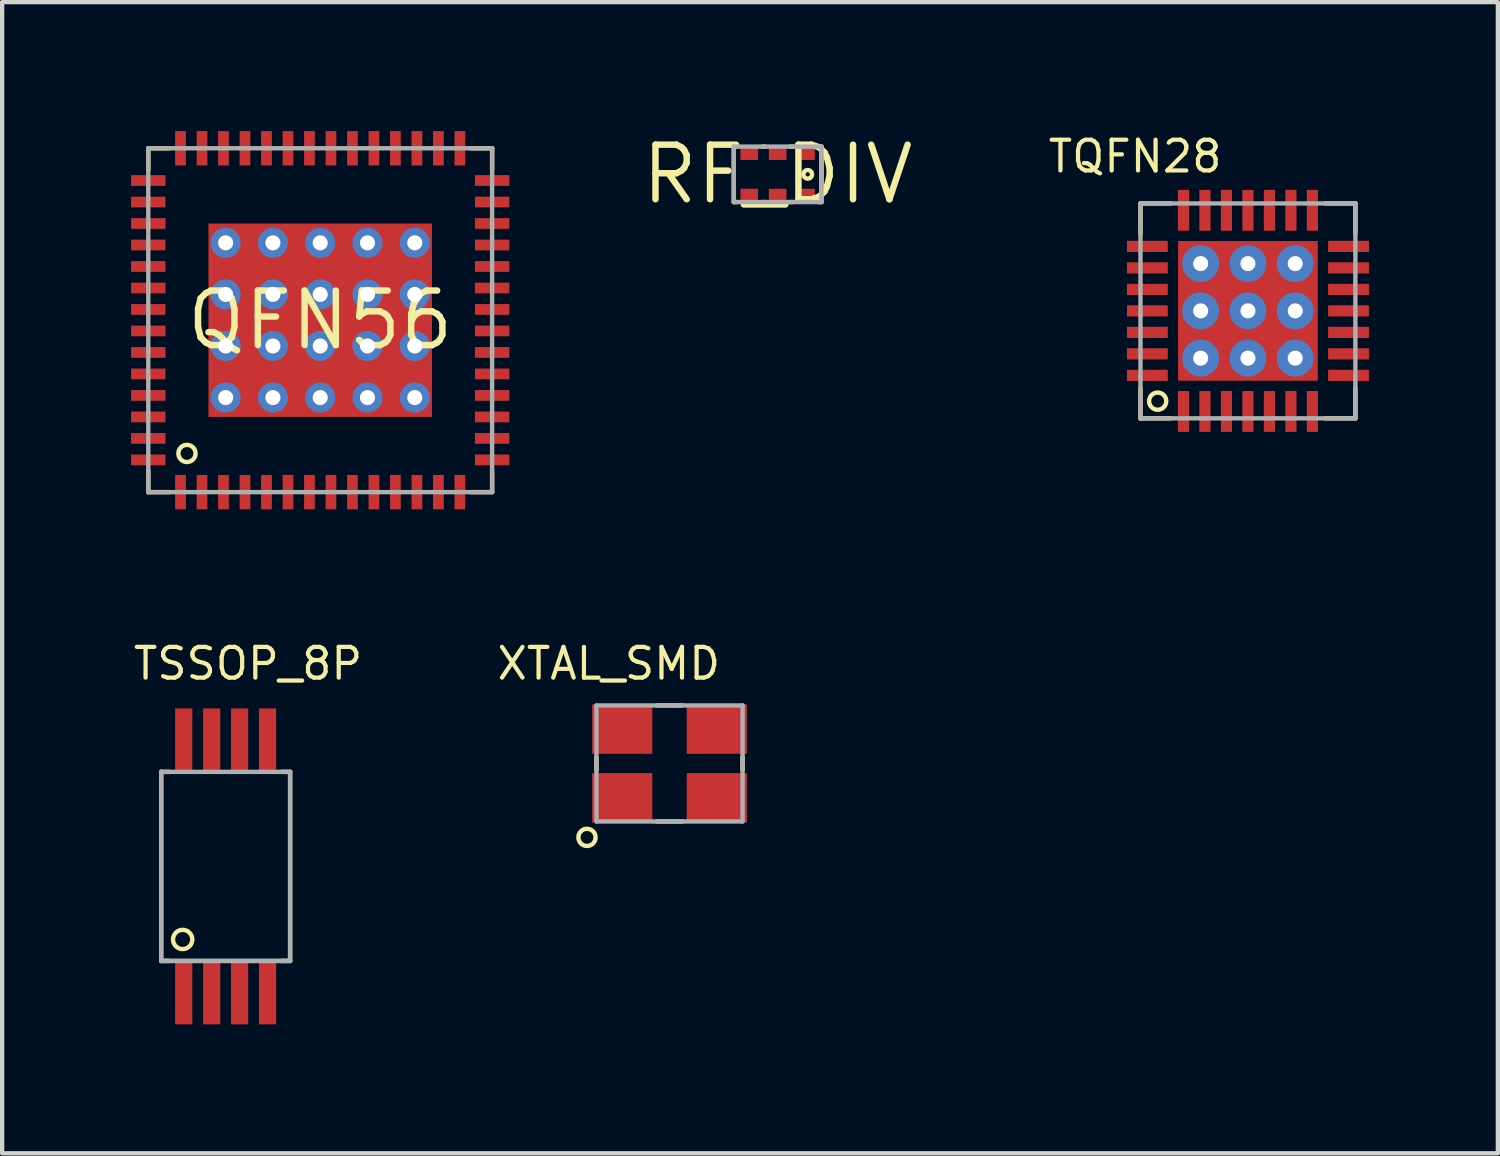
<source format=kicad_pcb>
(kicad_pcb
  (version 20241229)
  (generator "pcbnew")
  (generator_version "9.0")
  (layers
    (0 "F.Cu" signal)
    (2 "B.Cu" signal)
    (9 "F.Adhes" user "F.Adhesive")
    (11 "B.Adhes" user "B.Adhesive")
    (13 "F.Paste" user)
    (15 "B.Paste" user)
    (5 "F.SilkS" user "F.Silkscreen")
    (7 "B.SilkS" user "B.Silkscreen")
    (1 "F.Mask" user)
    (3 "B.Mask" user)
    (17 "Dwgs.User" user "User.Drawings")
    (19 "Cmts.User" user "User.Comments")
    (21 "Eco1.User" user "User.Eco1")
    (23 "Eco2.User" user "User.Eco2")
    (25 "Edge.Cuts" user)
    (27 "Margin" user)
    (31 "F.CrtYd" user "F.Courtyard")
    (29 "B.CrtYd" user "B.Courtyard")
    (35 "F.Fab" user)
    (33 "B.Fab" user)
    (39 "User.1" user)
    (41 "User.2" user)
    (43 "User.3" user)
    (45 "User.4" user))
  (footprint "XTAL_SMD"
    (layer "F.Cu")
    (at 12.527 14.713)
    (property "Reference" "XTAL_SMD" (at -4.064 -1.905 0) (layer "F.SilkS") (effects (font (size 0.715 0.715) (thickness 0.098)) (justify left bottom)))
    (fp_line (start -1.7 0.15) (end -1.7 -0.15) (stroke (width 0.102) (type solid)) (layer "F.SilkS"))
    (fp_line (start -0.3 -1.35) (end 0.3 -1.35) (stroke (width 0.102) (type solid)) (layer "F.SilkS"))
    (fp_line (start -0.3 1.35) (end 0.3 1.35) (stroke (width 0.102) (type solid)) (layer "F.SilkS"))
    (fp_line (start 1.7 0.15) (end 1.7 -0.15) (stroke (width 0.102) (type solid)) (layer "F.SilkS"))
    (fp_circle (center -1.92 1.72) (end -1.72 1.72) (stroke (width 0.102) (type solid)) (fill no) (layer "F.SilkS"))
    (fp_line (start -1.7 -1.35) (end -1.7 1.35) (stroke (width 0.102) (type solid)) (layer "F.Fab"))
    (fp_line (start -1.7 1.35) (end 1.7 1.35) (stroke (width 0.102) (type solid)) (layer "F.Fab"))
    (fp_line (start 1.7 -1.35) (end -1.7 -1.35) (stroke (width 0.102) (type solid)) (layer "F.Fab"))
    (fp_line (start 1.7 1.35) (end 1.7 -1.35) (stroke (width 0.102) (type solid)) (layer "F.Fab"))
    (pad "P1" smd rect (at -1.1 0.8 90) (size 1.15 1.4) (layers "F.Cu" "F.Mask" "F.Paste"))
    (pad "P2" smd rect (at 1.1 0.8 90) (size 1.15 1.4) (layers "F.Cu" "F.Mask" "F.Paste"))
    (pad "P3" smd rect (at 1.1 -0.8 90) (size 1.15 1.4) (layers "F.Cu" "F.Mask" "F.Paste"))
    (pad "P4" smd rect (at -1.1 -0.8 90) (size 1.15 1.4) (layers "F.Cu" "F.Mask" "F.Paste")))
  (footprint "RF_DIV"
    (layer "F.Cu")
    (at 15.043 1.006)
    (property "Reference" "RF_DIV" (at 0 0 0) (layer "F.SilkS") (effects (font (size 1.27 1.27) (thickness 0.15))))
    (fp_line (start -1.02 -0.645) (end -1.02 0.645) (stroke (width 0.102) (type solid)) (layer "F.SilkS"))
    (fp_line (start -1.02 -0.645) (end -0.95 -0.645) (stroke (width 0.102) (type solid)) (layer "F.SilkS"))
    (fp_line (start -1.02 0.645) (end -0.95 0.645) (stroke (width 0.102) (type solid)) (layer "F.SilkS"))
    (fp_line (start -0.36 -0.645) (end -0.29 -0.645) (stroke (width 0.102) (type solid)) (layer "F.SilkS"))
    (fp_line (start -0.29 0.645) (end -0.36 0.645) (stroke (width 0.102) (type solid)) (layer "F.SilkS"))
    (fp_line (start 0.29 -0.645) (end 0.36 -0.645) (stroke (width 0.102) (type solid)) (layer "F.SilkS"))
    (fp_line (start 0.36 0.645) (end 0.29 0.645) (stroke (width 0.102) (type solid)) (layer "F.SilkS"))
    (fp_line (start 1.02 -0.645) (end 0.95 -0.645) (stroke (width 0.102) (type solid)) (layer "F.SilkS"))
    (fp_line (start 1.02 0.645) (end 0.95 0.645) (stroke (width 0.102) (type solid)) (layer "F.SilkS"))
    (fp_line (start 1.02 0.645) (end 1.02 -0.645) (stroke (width 0.102) (type solid)) (layer "F.SilkS"))
    (fp_circle (center 0.7 0) (end 0.8 0) (stroke (width 0.102) (type solid)) (fill no) (layer "F.SilkS"))
    (fp_line (start -1.02 -0.645) (end -1.02 0.645) (stroke (width 0.102) (type solid)) (layer "F.Fab"))
    (fp_line (start -1.02 0.645) (end 1.02 0.645) (stroke (width 0.102) (type solid)) (layer "F.Fab"))
    (fp_line (start 1.02 -0.645) (end -1.02 -0.645) (stroke (width 0.102) (type solid)) (layer "F.Fab"))
    (fp_line (start 1.02 0.645) (end 1.02 -0.645) (stroke (width 0.102) (type solid)) (layer "F.Fab"))
    (pad "1" smd rect (at 0.66 -0.5) (size 0.41 0.33) (layers "F.Cu" "F.Mask" "F.Paste"))
    (pad "2" smd rect (at 0 -0.5) (size 0.41 0.33) (layers "F.Cu" "F.Mask" "F.Paste"))
    (pad "3" smd rect (at -0.66 -0.5) (size 0.41 0.33) (layers "F.Cu" "F.Mask" "F.Paste"))
    (pad "4" smd rect (at -0.66 0.5) (size 0.41 0.33) (layers "F.Cu" "F.Mask" "F.Paste"))
    (pad "5" smd rect (at 0 0.5) (size 0.41 0.33) (layers "F.Cu" "F.Mask" "F.Paste"))
    (pad "6" smd rect (at 0.66 0.5) (size 0.41 0.33) (layers "F.Cu" "F.Mask" "F.Paste")))
  (footprint "TSSOP_8P"
    (layer "F.Cu")
    (at 2.2 17.108)
    (property "Reference" "TSSOP_8P" (at -2.2 -4.3 0) (layer "F.SilkS") (effects (font (size 0.715 0.715) (thickness 0.098)) (justify left bottom)))
    (fp_line (start -1.5 -2.2) (end -1.3 -2.2) (stroke (width 0.102) (type solid)) (layer "F.SilkS"))
    (fp_line (start -1.5 2.2) (end -1.5 -2.2) (stroke (width 0.102) (type solid)) (layer "F.SilkS"))
    (fp_line (start -1.5 2.2) (end -1.3 2.2) (stroke (width 0.102) (type solid)) (layer "F.SilkS"))
    (fp_line (start 1.5 -2.2) (end 1.3 -2.2) (stroke (width 0.102) (type solid)) (layer "F.SilkS"))
    (fp_line (start 1.5 -2.2) (end 1.5 2.2) (stroke (width 0.102) (type solid)) (layer "F.SilkS"))
    (fp_line (start 1.5 2.2) (end 1.3 2.2) (stroke (width 0.102) (type solid)) (layer "F.SilkS"))
    (fp_circle (center -1 1.7) (end -0.776 1.7) (stroke (width 0.102) (type solid)) (fill no) (layer "F.SilkS"))
    (fp_line (start -1.5 -2.2) (end -1.5 2.2) (stroke (width 0.102) (type solid)) (layer "F.Fab"))
    (fp_line (start -1.5 -2.2) (end 1.5 -2.2) (stroke (width 0.102) (type solid)) (layer "F.Fab"))
    (fp_line (start -1.5 2.2) (end 1.5 2.2) (stroke (width 0.102) (type solid)) (layer "F.Fab"))
    (fp_line (start -1.5 2.2) (end 1.5 2.2) (stroke (width 0.102) (type solid)) (layer "F.Fab"))
    (fp_line (start 1.5 2.2) (end 1.5 -2.2) (stroke (width 0.102) (type solid)) (layer "F.Fab"))
    (pad "1" smd rect (at -0.975 2.95 90) (size 1.45 0.4) (layers "F.Cu" "F.Mask" "F.Paste"))
    (pad "2" smd rect (at -0.325 2.95 90) (size 1.45 0.4) (layers "F.Cu" "F.Mask" "F.Paste"))
    (pad "3" smd rect (at 0.325 2.95 90) (size 1.45 0.4) (layers "F.Cu" "F.Mask" "F.Paste"))
    (pad "4" smd rect (at 0.975 2.95 90) (size 1.45 0.4) (layers "F.Cu" "F.Mask" "F.Paste"))
    (pad "5" smd rect (at 0.975 -2.95 90) (size 1.45 0.4) (layers "F.Cu" "F.Mask" "F.Paste"))
    (pad "6" smd rect (at 0.325 -2.95 90) (size 1.45 0.4) (layers "F.Cu" "F.Mask" "F.Paste"))
    (pad "7" smd rect (at -0.325 -2.95 90) (size 1.45 0.4) (layers "F.Cu" "F.Mask" "F.Paste"))
    (pad "8" smd rect (at -0.975 -2.95 90) (size 1.45 0.4) (layers "F.Cu" "F.Mask" "F.Paste")))
  (footprint "TQFN28"
    (layer "F.Cu")
    (at 25.985 4.183)
    (property "Reference" "TQFN28" (at -4.699 -3.175 0) (layer "F.SilkS") (effects (font (size 0.715 0.715) (thickness 0.098)) (justify left bottom)))
    (fp_line (start -2.5 -2.5) (end -2.5 -1.8) (stroke (width 0.102) (type solid)) (layer "F.SilkS"))
    (fp_line (start -2.5 1.8) (end -2.5 2.5) (stroke (width 0.102) (type solid)) (layer "F.SilkS"))
    (fp_line (start -1.8 -2.5) (end -2.5 -2.5) (stroke (width 0.102) (type solid)) (layer "F.SilkS"))
    (fp_line (start -1.8 2.5) (end -2.5 2.5) (stroke (width 0.102) (type solid)) (layer "F.SilkS"))
    (fp_line (start 1.8 -2.5) (end 2.5 -2.5) (stroke (width 0.102) (type solid)) (layer "F.SilkS"))
    (fp_line (start 1.8 2.5) (end 2.5 2.5) (stroke (width 0.102) (type solid)) (layer "F.SilkS"))
    (fp_line (start 2.5 -1.8) (end 2.5 -2.5) (stroke (width 0.102) (type solid)) (layer "F.SilkS"))
    (fp_line (start 2.5 1.8) (end 2.5 2.5) (stroke (width 0.102) (type solid)) (layer "F.SilkS"))
    (fp_circle (center -2.1 2.1) (end -1.9 2.1) (stroke (width 0.102) (type solid)) (fill no) (layer "F.SilkS"))
    (fp_line (start -2.5 -2.5) (end -2.5 2.5) (stroke (width 0.102) (type solid)) (layer "F.Fab"))
    (fp_line (start -2.5 2.5) (end 2.5 2.5) (stroke (width 0.102) (type solid)) (layer "F.Fab"))
    (fp_line (start 2.5 -2.5) (end -2.5 -2.5) (stroke (width 0.102) (type solid)) (layer "F.Fab"))
    (fp_line (start 2.5 2.5) (end 2.5 -2.5) (stroke (width 0.102) (type solid)) (layer "F.Fab"))
    (pad "1" smd rect (at -1.5 2.34 90) (size 0.95 0.26) (layers "F.Cu" "F.Mask" "F.Paste"))
    (pad "2" smd rect (at -1 2.34 90) (size 0.95 0.26) (layers "F.Cu" "F.Mask" "F.Paste"))
    (pad "3" smd rect (at -0.5 2.34 90) (size 0.95 0.26) (layers "F.Cu" "F.Mask" "F.Paste"))
    (pad "4" smd rect (at 0 2.34 90) (size 0.95 0.26) (layers "F.Cu" "F.Mask" "F.Paste"))
    (pad "5" smd rect (at 0.5 2.34 90) (size 0.95 0.26) (layers "F.Cu" "F.Mask" "F.Paste"))
    (pad "6" smd rect (at 1 2.34 90) (size 0.95 0.26) (layers "F.Cu" "F.Mask" "F.Paste"))
    (pad "7" smd rect (at 1.5 2.34 90) (size 0.95 0.26) (layers "F.Cu" "F.Mask" "F.Paste"))
    (pad "8" smd rect (at 2.34 1.5) (size 0.95 0.26) (layers "F.Cu" "F.Mask" "F.Paste"))
    (pad "9" smd rect (at 2.34 1) (size 0.95 0.26) (layers "F.Cu" "F.Mask" "F.Paste"))
    (pad "10" smd rect (at 2.34 0.5) (size 0.95 0.26) (layers "F.Cu" "F.Mask" "F.Paste"))
    (pad "11" smd rect (at 2.34 0) (size 0.95 0.26) (layers "F.Cu" "F.Mask" "F.Paste"))
    (pad "12" smd rect (at 2.34 -0.5) (size 0.95 0.26) (layers "F.Cu" "F.Mask" "F.Paste"))
    (pad "13" smd rect (at 2.34 -1) (size 0.95 0.26) (layers "F.Cu" "F.Mask" "F.Paste"))
    (pad "14" smd rect (at 2.34 -1.5) (size 0.95 0.26) (layers "F.Cu" "F.Mask" "F.Paste"))
    (pad "15" smd rect (at 1.5 -2.34 90) (size 0.95 0.26) (layers "F.Cu" "F.Mask" "F.Paste"))
    (pad "16" smd rect (at 1 -2.34 90) (size 0.95 0.26) (layers "F.Cu" "F.Mask" "F.Paste"))
    (pad "17" smd rect (at 0.5 -2.34 90) (size 0.95 0.26) (layers "F.Cu" "F.Mask" "F.Paste"))
    (pad "18" smd rect (at 0 -2.34 90) (size 0.95 0.26) (layers "F.Cu" "F.Mask" "F.Paste"))
    (pad "19" smd rect (at -0.5 -2.34 90) (size 0.95 0.26) (layers "F.Cu" "F.Mask" "F.Paste"))
    (pad "20" smd rect (at -1 -2.34 90) (size 0.95 0.26) (layers "F.Cu" "F.Mask" "F.Paste"))
    (pad "21" smd rect (at -1.5 -2.34 90) (size 0.95 0.26) (layers "F.Cu" "F.Mask" "F.Paste"))
    (pad "22" smd rect (at -2.34 -1.5) (size 0.95 0.26) (layers "F.Cu" "F.Mask" "F.Paste"))
    (pad "23" smd rect (at -2.34 -1) (size 0.95 0.26) (layers "F.Cu" "F.Mask" "F.Paste"))
    (pad "24" smd rect (at -2.34 -0.5) (size 0.95 0.26) (layers "F.Cu" "F.Mask" "F.Paste"))
    (pad "25" smd rect (at -2.34 0) (size 0.95 0.26) (layers "F.Cu" "F.Mask" "F.Paste"))
    (pad "26" smd rect (at -2.34 0.5) (size 0.95 0.26) (layers "F.Cu" "F.Mask" "F.Paste"))
    (pad "27" smd rect (at -2.34 1) (size 0.95 0.26) (layers "F.Cu" "F.Mask" "F.Paste"))
    (pad "28" smd rect (at -2.34 1.5) (size 0.95 0.26) (layers "F.Cu" "F.Mask" "F.Paste"))
    (pad "C1" smd rect (at -0.85 0.85) (size 1.4 1.4) (layers "F.Cu" "F.Paste"))
    (pad "C2" smd rect (at 0.85 0.85) (size 1.4 1.4) (layers "F.Cu" "F.Paste"))
    (pad "C3" smd rect (at -0.85 -0.85 180) (size 1.4 1.4) (layers "F.Cu" "F.Paste"))
    (pad "C4" smd rect (at 0.85 -0.85 180) (size 1.4 1.4) (layers "F.Cu" "F.Paste"))
    (pad "EP" smd rect (at 0 0) (size 3.25 3.25) (layers "F.Cu" "F.Mask"))
    (pad "V1" thru_hole circle (at -1.1 1.1) (size 0.858 0.858) (drill 0.35) (layers "*.Cu"))
    (pad "V2" thru_hole circle (at 0 1.1) (size 0.858 0.858) (drill 0.35) (layers "*.Cu"))
    (pad "V3" thru_hole circle (at 1.1 1.1) (size 0.858 0.858) (drill 0.35) (layers "*.Cu"))
    (pad "V4" thru_hole circle (at -1.1 0) (size 0.858 0.858) (drill 0.35) (layers "*.Cu"))
    (pad "V5" thru_hole circle (at 0 0) (size 0.858 0.858) (drill 0.35) (layers "*.Cu"))
    (pad "V6" thru_hole circle (at 1.1 0) (size 0.858 0.858) (drill 0.35) (layers "*.Cu"))
    (pad "V7" thru_hole circle (at -1.1 -1.1) (size 0.858 0.858) (drill 0.35) (layers "*.Cu"))
    (pad "V8" thru_hole circle (at 0 -1.1) (size 0.858 0.858) (drill 0.35) (layers "*.Cu"))
    (pad "V9" thru_hole circle (at 1.1 -1.1) (size 0.858 0.858) (drill 0.35) (layers "*.Cu")))
  (footprint "QFN56"
    (layer "F.Cu")
    (at 4.4 4.4)
    (property "Reference" "QFN56" (at 0 0 0) (layer "F.SilkS") (effects (font (size 1.27 1.27) (thickness 0.15))))
    (fp_line (start -4 -4) (end -4 -3.5) (stroke (width 0.102) (type solid)) (layer "F.SilkS"))
    (fp_line (start -4 3.5) (end -4 4) (stroke (width 0.102) (type solid)) (layer "F.SilkS"))
    (fp_line (start -3.5 -4) (end -4 -4) (stroke (width 0.102) (type solid)) (layer "F.SilkS"))
    (fp_line (start -3.5 4) (end -4 4) (stroke (width 0.102) (type solid)) (layer "F.SilkS"))
    (fp_line (start 3.5 -4) (end 4 -4) (stroke (width 0.102) (type solid)) (layer "F.SilkS"))
    (fp_line (start 3.5 4) (end 4 4) (stroke (width 0.102) (type solid)) (layer "F.SilkS"))
    (fp_line (start 4 -3.5) (end 4 -4) (stroke (width 0.102) (type solid)) (layer "F.SilkS"))
    (fp_line (start 4 3.5) (end 4 4) (stroke (width 0.102) (type solid)) (layer "F.SilkS"))
    (fp_circle (center -3.1 3.1) (end -2.9 3.1) (stroke (width 0.102) (type solid)) (fill no) (layer "F.SilkS"))
    (fp_line (start -4 -4) (end -4 4) (stroke (width 0.102) (type solid)) (layer "F.Fab"))
    (fp_line (start -4 4) (end 4 4) (stroke (width 0.102) (type solid)) (layer "F.Fab"))
    (fp_line (start 4 -4) (end -4 -4) (stroke (width 0.102) (type solid)) (layer "F.Fab"))
    (fp_line (start 4 4) (end 4 -4) (stroke (width 0.102) (type solid)) (layer "F.Fab"))
    (pad "EP1" smd rect (at 0 0) (size 5.2 4.5) (layers "F.Cu" "F.Mask"))
    (pad "EP2" smd rect (at -1.35 -1.175) (size 2.4 2.05) (layers "F.Cu" "F.Paste"))
    (pad "EP3" smd rect (at 1.35 -1.175) (size 2.4 2.05) (layers "F.Cu" "F.Paste"))
    (pad "EP4" smd rect (at -1.35 1.175) (size 2.4 2.05) (layers "F.Cu" "F.Paste"))
    (pad "EP5" smd rect (at 1.35 1.175) (size 2.4 2.05) (layers "F.Cu" "F.Paste"))
    (pad "P$1" thru_hole circle (at -1.1 -1.8) (size 0.7 0.7) (drill 0.35) (layers "*.Cu"))
    (pad "P$2" thru_hole circle (at 1.1 -1.8) (size 0.7 0.7) (drill 0.35) (layers "*.Cu"))
    (pad "P$3" thru_hole circle (at 0 -1.8) (size 0.7 0.7) (drill 0.35) (layers "*.Cu"))
    (pad "P$4" thru_hole circle (at -2.2 -1.8) (size 0.7 0.7) (drill 0.35) (layers "*.Cu"))
    (pad "P$5" thru_hole circle (at 2.2 -1.8) (size 0.7 0.7) (drill 0.35) (layers "*.Cu"))
    (pad "P$6" thru_hole circle (at -2.2 -0.6) (size 0.7 0.7) (drill 0.35) (layers "*.Cu"))
    (pad "P$7" thru_hole circle (at -1.1 -0.6) (size 0.7 0.7) (drill 0.35) (layers "*.Cu"))
    (pad "P$8" thru_hole circle (at 0 -0.6) (size 0.7 0.7) (drill 0.35) (layers "*.Cu"))
    (pad "P$9" thru_hole circle (at 1.1 -0.6) (size 0.7 0.7) (drill 0.35) (layers "*.Cu"))
    (pad "P$10" thru_hole circle (at 2.2 -0.6) (size 0.7 0.7) (drill 0.35) (layers "*.Cu"))
    (pad "P$11" thru_hole circle (at -2.2 0.6) (size 0.7 0.7) (drill 0.35) (layers "*.Cu"))
    (pad "P$12" thru_hole circle (at -1.1 0.6) (size 0.7 0.7) (drill 0.35) (layers "*.Cu"))
    (pad "P$13" thru_hole circle (at 0 0.6) (size 0.7 0.7) (drill 0.35) (layers "*.Cu"))
    (pad "P$14" thru_hole circle (at 1.1 0.6) (size 0.7 0.7) (drill 0.35) (layers "*.Cu"))
    (pad "P$15" thru_hole circle (at 2.2 0.6) (size 0.7 0.7) (drill 0.35) (layers "*.Cu"))
    (pad "P$16" thru_hole circle (at -2.2 1.8) (size 0.7 0.7) (drill 0.35) (layers "*.Cu"))
    (pad "P$17" thru_hole circle (at -1.1 1.8) (size 0.7 0.7) (drill 0.35) (layers "*.Cu"))
    (pad "P$18" thru_hole circle (at 0 1.8) (size 0.7 0.7) (drill 0.35) (layers "*.Cu"))
    (pad "P$19" thru_hole circle (at 1.1 1.8) (size 0.7 0.7) (drill 0.35) (layers "*.Cu"))
    (pad "P$20" thru_hole circle (at 2.2 1.8) (size 0.7 0.7) (drill 0.35) (layers "*.Cu"))
    (pad "P1" smd rect (at -3.25 4 90) (size 0.8 0.25) (layers "F.Cu" "F.Mask" "F.Paste"))
    (pad "P2" smd rect (at -2.75 4 90) (size 0.8 0.25) (layers "F.Cu" "F.Mask" "F.Paste"))
    (pad "P3" smd rect (at -2.25 4 90) (size 0.8 0.25) (layers "F.Cu" "F.Mask" "F.Paste"))
    (pad "P4" smd rect (at -1.75 4 90) (size 0.8 0.25) (layers "F.Cu" "F.Mask" "F.Paste"))
    (pad "P5" smd rect (at -1.25 4 90) (size 0.8 0.25) (layers "F.Cu" "F.Mask" "F.Paste"))
    (pad "P6" smd rect (at -0.75 4 90) (size 0.8 0.25) (layers "F.Cu" "F.Mask" "F.Paste"))
    (pad "P7" smd rect (at -0.25 4 90) (size 0.8 0.25) (layers "F.Cu" "F.Mask" "F.Paste"))
    (pad "P8" smd rect (at 0.25 4 90) (size 0.8 0.25) (layers "F.Cu" "F.Mask" "F.Paste"))
    (pad "P9" smd rect (at 0.75 4 90) (size 0.8 0.25) (layers "F.Cu" "F.Mask" "F.Paste"))
    (pad "P10" smd rect (at 1.25 4 90) (size 0.8 0.25) (layers "F.Cu" "F.Mask" "F.Paste"))
    (pad "P11" smd rect (at 1.75 4 90) (size 0.8 0.25) (layers "F.Cu" "F.Mask" "F.Paste"))
    (pad "P12" smd rect (at 2.25 4 90) (size 0.8 0.25) (layers "F.Cu" "F.Mask" "F.Paste"))
    (pad "P13" smd rect (at 2.75 4 90) (size 0.8 0.25) (layers "F.Cu" "F.Mask" "F.Paste"))
    (pad "P14" smd rect (at 3.25 4 90) (size 0.8 0.25) (layers "F.Cu" "F.Mask" "F.Paste"))
    (pad "P15" smd rect (at 4 3.25 180) (size 0.8 0.25) (layers "F.Cu" "F.Mask" "F.Paste"))
    (pad "P16" smd rect (at 4 2.75 180) (size 0.8 0.25) (layers "F.Cu" "F.Mask" "F.Paste"))
    (pad "P17" smd rect (at 4 2.25 180) (size 0.8 0.25) (layers "F.Cu" "F.Mask" "F.Paste"))
    (pad "P18" smd rect (at 4 1.75 180) (size 0.8 0.25) (layers "F.Cu" "F.Mask" "F.Paste"))
    (pad "P19" smd rect (at 4 1.25 180) (size 0.8 0.25) (layers "F.Cu" "F.Mask" "F.Paste"))
    (pad "P20" smd rect (at 4 0.75 180) (size 0.8 0.25) (layers "F.Cu" "F.Mask" "F.Paste"))
    (pad "P21" smd rect (at 4 0.25 180) (size 0.8 0.25) (layers "F.Cu" "F.Mask" "F.Paste"))
    (pad "P22" smd rect (at 4 -0.25 180) (size 0.8 0.25) (layers "F.Cu" "F.Mask" "F.Paste"))
    (pad "P23" smd rect (at 4 -0.75 180) (size 0.8 0.25) (layers "F.Cu" "F.Mask" "F.Paste"))
    (pad "P24" smd rect (at 4 -1.25 180) (size 0.8 0.25) (layers "F.Cu" "F.Mask" "F.Paste"))
    (pad "P25" smd rect (at 4 -1.75 180) (size 0.8 0.25) (layers "F.Cu" "F.Mask" "F.Paste"))
    (pad "P26" smd rect (at 4 -2.25 180) (size 0.8 0.25) (layers "F.Cu" "F.Mask" "F.Paste"))
    (pad "P27" smd rect (at 4 -2.75 180) (size 0.8 0.25) (layers "F.Cu" "F.Mask" "F.Paste"))
    (pad "P28" smd rect (at 4 -3.25 180) (size 0.8 0.25) (layers "F.Cu" "F.Mask" "F.Paste"))
    (pad "P29" smd rect (at 3.25 -4 270) (size 0.8 0.25) (layers "F.Cu" "F.Mask" "F.Paste"))
    (pad "P30" smd rect (at 2.75 -4 270) (size 0.8 0.25) (layers "F.Cu" "F.Mask" "F.Paste"))
    (pad "P31" smd rect (at 2.25 -4 270) (size 0.8 0.25) (layers "F.Cu" "F.Mask" "F.Paste"))
    (pad "P32" smd rect (at 1.75 -4 270) (size 0.8 0.25) (layers "F.Cu" "F.Mask" "F.Paste"))
    (pad "P33" smd rect (at 1.25 -4 270) (size 0.8 0.25) (layers "F.Cu" "F.Mask" "F.Paste"))
    (pad "P34" smd rect (at 0.75 -4 270) (size 0.8 0.25) (layers "F.Cu" "F.Mask" "F.Paste"))
    (pad "P35" smd rect (at 0.25 -4 270) (size 0.8 0.25) (layers "F.Cu" "F.Mask" "F.Paste"))
    (pad "P36" smd rect (at -0.25 -4 270) (size 0.8 0.25) (layers "F.Cu" "F.Mask" "F.Paste"))
    (pad "P37" smd rect (at -0.75 -4 270) (size 0.8 0.25) (layers "F.Cu" "F.Mask" "F.Paste"))
    (pad "P38" smd rect (at -1.25 -4 270) (size 0.8 0.25) (layers "F.Cu" "F.Mask" "F.Paste"))
    (pad "P39" smd rect (at -1.75 -4 270) (size 0.8 0.25) (layers "F.Cu" "F.Mask" "F.Paste"))
    (pad "P40" smd rect (at -2.25 -4 270) (size 0.8 0.25) (layers "F.Cu" "F.Mask" "F.Paste"))
    (pad "P41" smd rect (at -2.75 -4 270) (size 0.8 0.25) (layers "F.Cu" "F.Mask" "F.Paste"))
    (pad "P42" smd rect (at -3.25 -4 270) (size 0.8 0.25) (layers "F.Cu" "F.Mask" "F.Paste"))
    (pad "P43" smd rect (at -4 -3.25) (size 0.8 0.25) (layers "F.Cu" "F.Mask" "F.Paste"))
    (pad "P44" smd rect (at -4 -2.75) (size 0.8 0.25) (layers "F.Cu" "F.Mask" "F.Paste"))
    (pad "P45" smd rect (at -4 -2.25) (size 0.8 0.25) (layers "F.Cu" "F.Mask" "F.Paste"))
    (pad "P46" smd rect (at -4 -1.75) (size 0.8 0.25) (layers "F.Cu" "F.Mask" "F.Paste"))
    (pad "P47" smd rect (at -4 -1.25) (size 0.8 0.25) (layers "F.Cu" "F.Mask" "F.Paste"))
    (pad "P48" smd rect (at -4 -0.75) (size 0.8 0.25) (layers "F.Cu" "F.Mask" "F.Paste"))
    (pad "P49" smd rect (at -4 -0.25) (size 0.8 0.25) (layers "F.Cu" "F.Mask" "F.Paste"))
    (pad "P50" smd rect (at -4 0.25) (size 0.8 0.25) (layers "F.Cu" "F.Mask" "F.Paste"))
    (pad "P51" smd rect (at -4 0.75) (size 0.8 0.25) (layers "F.Cu" "F.Mask" "F.Paste"))
    (pad "P52" smd rect (at -4 1.25) (size 0.8 0.25) (layers "F.Cu" "F.Mask" "F.Paste"))
    (pad "P53" smd rect (at -4 1.75) (size 0.8 0.25) (layers "F.Cu" "F.Mask" "F.Paste"))
    (pad "P54" smd rect (at -4 2.25) (size 0.8 0.25) (layers "F.Cu" "F.Mask" "F.Paste"))
    (pad "P55" smd rect (at -4 2.75) (size 0.8 0.25) (layers "F.Cu" "F.Mask" "F.Paste"))
    (pad "P56" smd rect (at -4 3.25) (size 0.8 0.25) (layers "F.Cu" "F.Mask" "F.Paste")))
  (gr_rect
    (start -3 -3)
    (end 31.8 23.783)
    (stroke (width 0.1) (type default))
    (fill no)
    (layer "Edge.Cuts")))
</source>
